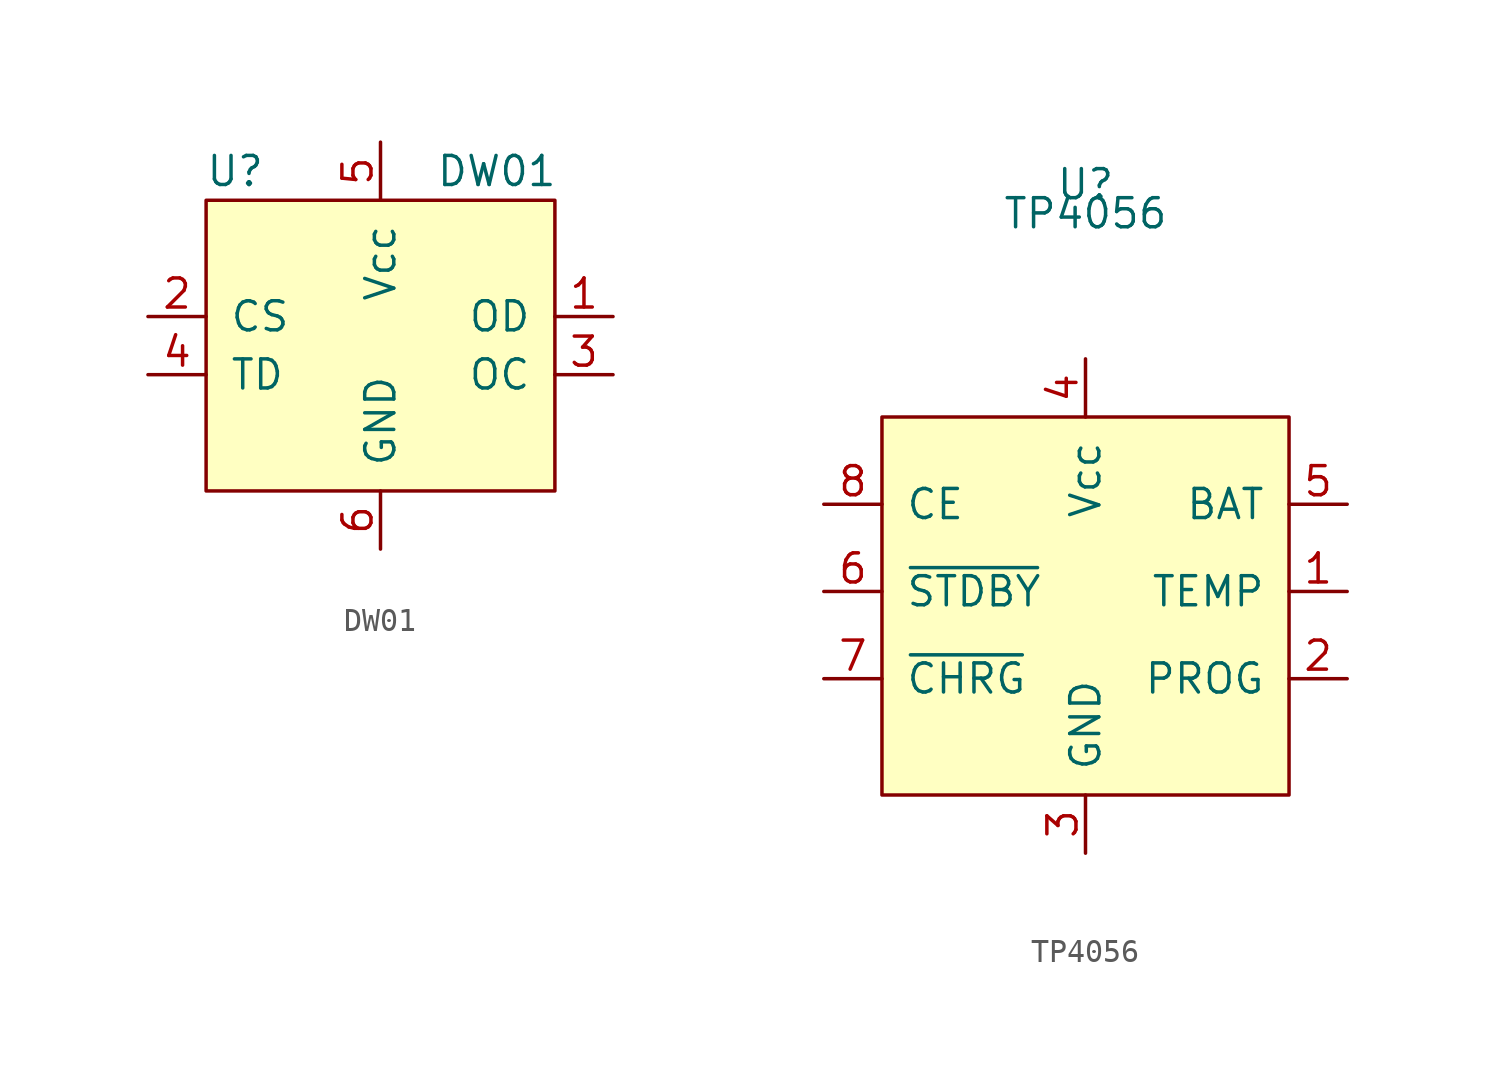
<source format=kicad_sym>
(kicad_symbol_lib
  (version 20211014)
  (generator kicad_symbol_editor)
  (symbol "DW01"
    (pin_names
      (offset 1.016))
    (property "Reference" "U"
      (at -6.35 7.62 0)
      (effects (font (size 1.27 1.27))))
    (property "Value" "DW01"
      (at 5.08 7.62 0)
      (effects (font (size 1.27 1.27))))
    (symbol "DW01_0_1"
      (rectangle (start -7.62 -6.35) (end 7.62 6.35) (stroke (width 0) (type default) (color 0 0 0 0)) (fill (type background))))
    (symbol "DW01_1_1"
      (pin output line (at 10.16 1.27 180) (length 2.54) (name "OD" (effects (font (size 1.27 1.27)))) (number "1" (effects (font (size 1.27 1.27)))))
      (pin input line (at -10.16 1.27 0) (length 2.54) (name "CS" (effects (font (size 1.27 1.27)))) (number "2" (effects (font (size 1.27 1.27)))))
      (pin output line (at 10.16 -1.27 180) (length 2.54) (name "OC" (effects (font (size 1.27 1.27)))) (number "3" (effects (font (size 1.27 1.27)))))
      (pin input line (at -10.16 -1.27 0) (length 2.54) (name "TD" (effects (font (size 1.27 1.27)))) (number "4" (effects (font (size 1.27 1.27)))))
      (pin power_in line (at 0 8.89 270) (length 2.54) (name "Vcc" (effects (font (size 1.27 1.27)))) (number "5" (effects (font (size 1.27 1.27)))))
      (pin power_in line (at 0 -8.89 90) (length 2.54) (name "GND" (effects (font (size 1.27 1.27)))) (number "6" (effects (font (size 1.27 1.27)))))))
  (symbol "TP4056"
    (pin_names
      (offset 1.016))
    (property "Reference" "U"
      (at 0 17.78 0)
      (effects (font (size 1.27 1.27))))
    (property "Value" "TP4056"
      (at 0 16.51 0)
      (effects (font (size 1.27 1.27))))
    (symbol "TP4056_0_1"
      (rectangle (start -8.89 7.62) (end 8.89 -8.89) (stroke (width 0) (type default) (color 0 0 0 0)) (fill (type background))))
    (symbol "TP4056_1_1"
      (pin input line (at 11.43 0 180) (length 2.54) (name "TEMP" (effects (font (size 1.27 1.27)))) (number "1" (effects (font (size 1.27 1.27)))))
      (pin input line (at 11.43 -3.81 180) (length 2.54) (name "PROG" (effects (font (size 1.27 1.27)))) (number "2" (effects (font (size 1.27 1.27)))))
      (pin power_in line (at 0 -11.43 90) (length 2.54) (name "GND" (effects (font (size 1.27 1.27)))) (number "3" (effects (font (size 1.27 1.27)))))
      (pin power_in line (at 0 10.16 270) (length 2.54) (name "Vcc" (effects (font (size 1.27 1.27)))) (number "4" (effects (font (size 1.27 1.27)))))
      (pin power_out line (at 11.43 3.81 180) (length 2.54) (name "BAT" (effects (font (size 1.27 1.27)))) (number "5" (effects (font (size 1.27 1.27)))))
      (pin open_collector line (at -11.43 0 0) (length 2.54) (name "~{STDBY}" (effects (font (size 1.27 1.27)))) (number "6" (effects (font (size 1.27 1.27)))))
      (pin open_collector line (at -11.43 -3.81 0) (length 2.54) (name "~{CHRG}" (effects (font (size 1.27 1.27)))) (number "7" (effects (font (size 1.27 1.27)))))
      (pin input line (at -11.43 3.81 0) (length 2.54) (name "CE" (effects (font (size 1.27 1.27)))) (number "8" (effects (font (size 1.27 1.27))))))))
</source>
